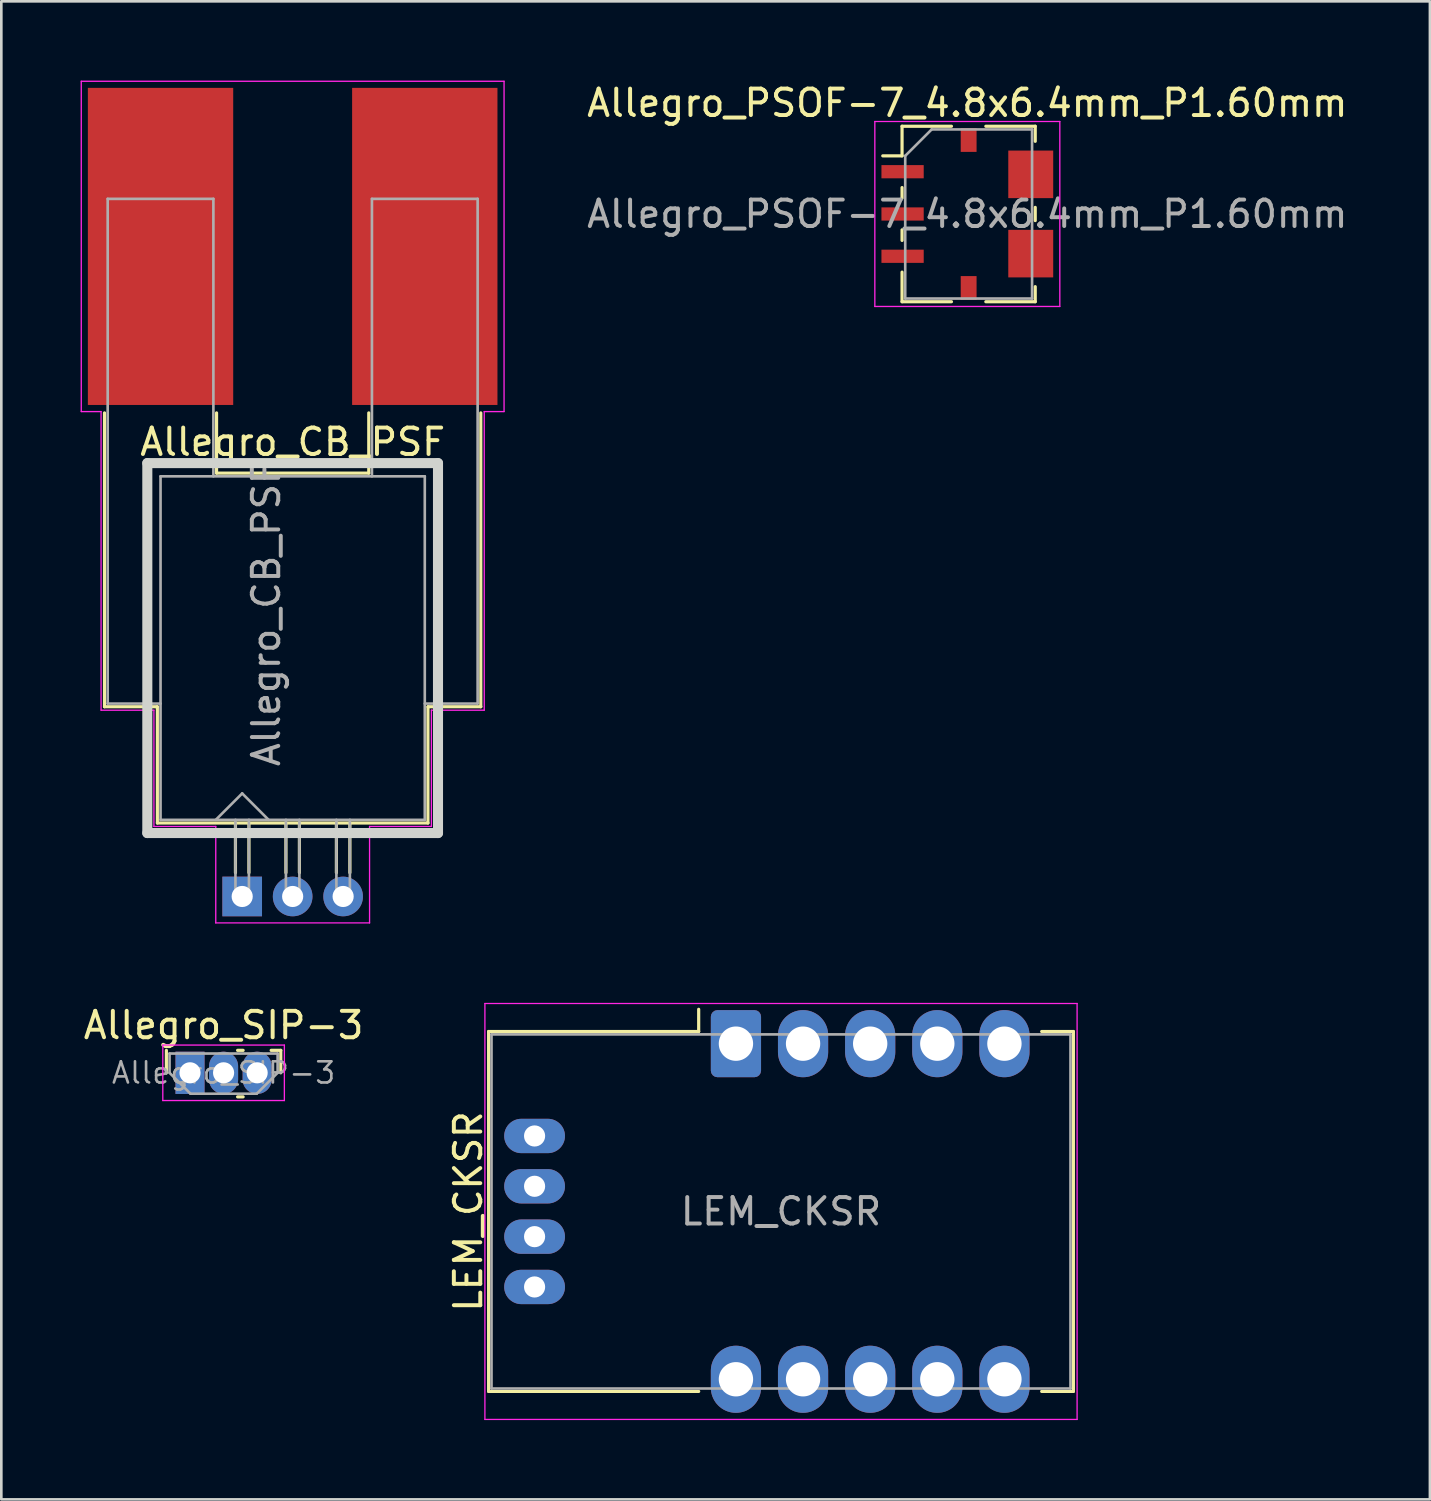
<source format=kicad_pcb>
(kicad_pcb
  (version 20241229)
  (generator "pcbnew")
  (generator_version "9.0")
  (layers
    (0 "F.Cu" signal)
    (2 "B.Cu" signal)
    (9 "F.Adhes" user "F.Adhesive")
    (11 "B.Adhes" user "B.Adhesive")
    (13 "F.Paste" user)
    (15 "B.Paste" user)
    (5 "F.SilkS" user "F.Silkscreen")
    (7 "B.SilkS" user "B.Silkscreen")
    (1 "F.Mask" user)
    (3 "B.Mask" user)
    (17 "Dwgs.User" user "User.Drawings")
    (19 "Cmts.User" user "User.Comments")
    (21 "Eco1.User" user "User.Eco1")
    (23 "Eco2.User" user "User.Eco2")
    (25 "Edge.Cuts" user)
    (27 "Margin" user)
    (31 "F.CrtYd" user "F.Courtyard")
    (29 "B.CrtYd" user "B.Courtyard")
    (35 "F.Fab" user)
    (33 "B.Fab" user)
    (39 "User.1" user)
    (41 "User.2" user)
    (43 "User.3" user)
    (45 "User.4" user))
  (footprint "LEM_CKSR"
    (layer "F.Cu")
    (at 24.8 36.445)
    (property "Reference" "LEM_CKSR" (at -10.13 6.35 270) (layer "F.SilkS") (effects (font (size 1 1) (thickness 0.15))))
    (attr through_hole)
    (fp_line (start -9.36 -0.46) (end -9.36 13.16) (stroke (width 0.12) (type solid)) (layer "F.SilkS"))
    (fp_line (start -9.36 -0.46) (end -1.41 -0.46) (stroke (width 0.12) (type solid)) (layer "F.SilkS"))
    (fp_line (start -9.36 13.16) (end -1.41 13.16) (stroke (width 0.12) (type solid)) (layer "F.SilkS"))
    (fp_line (start -1.41 -0.46) (end -1.41 -1.3) (stroke (width 0.12) (type solid)) (layer "F.SilkS"))
    (fp_line (start 12.77 -0.46) (end 11.57 -0.46) (stroke (width 0.12) (type solid)) (layer "F.SilkS"))
    (fp_line (start 12.77 -0.46) (end 12.77 13.16) (stroke (width 0.12) (type solid)) (layer "F.SilkS"))
    (fp_line (start 12.77 13.16) (end 11.57 13.16) (stroke (width 0.12) (type solid)) (layer "F.SilkS"))
    (fp_line (start -9.5 -1.52) (end 12.91 -1.52) (stroke (width 0.05) (type solid)) (layer "F.CrtYd"))
    (fp_line (start -9.5 14.22) (end -9.5 -1.52) (stroke (width 0.05) (type solid)) (layer "F.CrtYd"))
    (fp_line (start 12.91 -1.52) (end 12.91 14.22) (stroke (width 0.05) (type solid)) (layer "F.CrtYd"))
    (fp_line (start 12.91 14.22) (end -9.5 14.22) (stroke (width 0.05) (type solid)) (layer "F.CrtYd"))
    (fp_line (start -9.25 -0.35) (end -9.25 13.05) (stroke (width 0.1) (type solid)) (layer "F.Fab"))
    (fp_line (start -0.5 -0.35) (end 0 0.21) (stroke (width 0.1) (type solid)) (layer "F.Fab"))
    (fp_line (start 0 0.21) (end 0.5 -0.35) (stroke (width 0.1) (type solid)) (layer "F.Fab"))
    (fp_line (start 12.66 -0.35) (end -9.25 -0.35) (stroke (width 0.1) (type solid)) (layer "F.Fab"))
    (fp_line (start 12.66 13.05) (end -9.25 13.05) (stroke (width 0.1) (type solid)) (layer "F.Fab"))
    (fp_line (start 12.66 13.05) (end 12.66 -0.35) (stroke (width 0.1) (type solid)) (layer "F.Fab"))
    (fp_text user "${REFERENCE}" (at 1.705 6.35 180) (layer "F.Fab") (effects (font (size 1 1) (thickness 0.15))))
    (pad "1" thru_hole roundrect (at 0 0 180) (size 1.9 2.54) (drill 1.3) (layers "*.Cu" "*.Mask") (roundrect_rratio 0.132))
    (pad "2" thru_hole oval (at 2.54 0 180) (size 1.9 2.54) (drill 1.3) (layers "*.Cu" "*.Mask"))
    (pad "3" thru_hole oval (at 5.08 0 180) (size 1.9 2.54) (drill 1.3) (layers "*.Cu" "*.Mask"))
    (pad "4" thru_hole oval (at 7.62 0 180) (size 1.9 2.54) (drill 1.3) (layers "*.Cu" "*.Mask"))
    (pad "5" thru_hole oval (at 10.16 0 180) (size 1.9 2.54) (drill 1.3) (layers "*.Cu" "*.Mask"))
    (pad "6" thru_hole oval (at 10.16 12.7 180) (size 1.9 2.54) (drill 1.3) (layers "*.Cu" "*.Mask"))
    (pad "7" thru_hole oval (at 7.62 12.7 180) (size 1.9 2.54) (drill 1.3) (layers "*.Cu" "*.Mask"))
    (pad "8" thru_hole oval (at 5.08 12.7 180) (size 1.9 2.54) (drill 1.3) (layers "*.Cu" "*.Mask"))
    (pad "9" thru_hole oval (at 2.54 12.7 180) (size 1.9 2.54) (drill 1.3) (layers "*.Cu" "*.Mask"))
    (pad "10" thru_hole oval (at 0 12.7 180) (size 1.9 2.54) (drill 1.3) (layers "*.Cu" "*.Mask"))
    (pad "11" thru_hole oval (at -7.62 9.207 180) (size 2.3 1.3) (drill 0.8) (layers "*.Cu" "*.Mask"))
    (pad "12" thru_hole oval (at -7.62 7.303 180) (size 2.3 1.3) (drill 0.8) (layers "*.Cu" "*.Mask"))
    (pad "13" thru_hole oval (at -7.62 5.397 180) (size 2.3 1.3) (drill 0.8) (layers "*.Cu" "*.Mask"))
    (pad "14" thru_hole oval (at -7.62 3.493 180) (size 2.3 1.3) (drill 0.8) (layers "*.Cu" "*.Mask")))
  (footprint "Allegro_CB_PSF"
    (layer "F.Cu")
    (at 6.115 30.875)
    (property "Reference" "Allegro_CB_PSF" (at 1.91 -17.2 0) (layer "F.SilkS") (effects (font (size 1 1) (thickness 0.15))))
    (attr through_hole)
    (fp_line (start -5.21 -7.18) (end -5.21 -18.3) (stroke (width 0.12) (type solid)) (layer "F.SilkS"))
    (fp_line (start -3.21 -7.18) (end -5.21 -7.18) (stroke (width 0.12) (type solid)) (layer "F.SilkS"))
    (fp_line (start -3.21 -2.78) (end -3.21 -7.18) (stroke (width 0.12) (type solid)) (layer "F.SilkS"))
    (fp_line (start -0.97 -16.02) (end -0.97 -18.3) (stroke (width 0.12) (type solid)) (layer "F.SilkS"))
    (fp_line (start -0.97 -16.02) (end 4.79 -16.02) (stroke (width 0.12) (type solid)) (layer "F.SilkS"))
    (fp_line (start -0.255 -2.78) (end -0.255 -0.9) (stroke (width 0.12) (type solid)) (layer "F.SilkS"))
    (fp_line (start 0.255 -2.78) (end 0.255 -0.9) (stroke (width 0.12) (type solid)) (layer "F.SilkS"))
    (fp_line (start 1.655 -2.78) (end 1.655 -0.9) (stroke (width 0.12) (type solid)) (layer "F.SilkS"))
    (fp_line (start 2.165 -2.78) (end 2.165 -0.9) (stroke (width 0.12) (type solid)) (layer "F.SilkS"))
    (fp_line (start 3.565 -2.78) (end 3.565 -0.9) (stroke (width 0.12) (type solid)) (layer "F.SilkS"))
    (fp_line (start 4.075 -2.78) (end 4.075 -0.9) (stroke (width 0.12) (type solid)) (layer "F.SilkS"))
    (fp_line (start 4.79 -16.02) (end 4.79 -18.3) (stroke (width 0.12) (type solid)) (layer "F.SilkS"))
    (fp_line (start 7.03 -7.18) (end 9.03 -7.18) (stroke (width 0.12) (type solid)) (layer "F.SilkS"))
    (fp_line (start 7.03 -2.78) (end -3.21 -2.78) (stroke (width 0.12) (type solid)) (layer "F.SilkS"))
    (fp_line (start 7.03 -2.78) (end 7.03 -7.18) (stroke (width 0.12) (type solid)) (layer "F.SilkS"))
    (fp_line (start 9.03 -7.18) (end 9.03 -18.3) (stroke (width 0.12) (type solid)) (layer "F.SilkS"))
    (fp_line (start -3.59 -16.4) (end 7.41 -16.4) (stroke (width 0.381) (type solid)) (layer "Edge.Cuts"))
    (fp_line (start -3.59 -2.4) (end -3.59 -16.4) (stroke (width 0.381) (type solid)) (layer "Edge.Cuts"))
    (fp_line (start 7.41 -16.4) (end 7.41 -2.4) (stroke (width 0.381) (type solid)) (layer "Edge.Cuts"))
    (fp_line (start 7.41 -2.4) (end -3.59 -2.4) (stroke (width 0.381) (type solid)) (layer "Edge.Cuts"))
    (fp_line (start -6.09 -30.85) (end 9.91 -30.85) (stroke (width 0.05) (type solid)) (layer "F.CrtYd"))
    (fp_line (start -6.09 -18.35) (end -6.09 -30.85) (stroke (width 0.05) (type solid)) (layer "F.CrtYd"))
    (fp_line (start -6.09 -18.35) (end -5.34 -18.35) (stroke (width 0.05) (type solid)) (layer "F.CrtYd"))
    (fp_line (start -5.34 -7.05) (end -5.34 -18.35) (stroke (width 0.05) (type solid)) (layer "F.CrtYd"))
    (fp_line (start -3.34 -7.05) (end -5.34 -7.05) (stroke (width 0.05) (type solid)) (layer "F.CrtYd"))
    (fp_line (start -3.34 -7.05) (end -3.34 -2.65) (stroke (width 0.05) (type solid)) (layer "F.CrtYd"))
    (fp_line (start -1 -2.65) (end -3.34 -2.65) (stroke (width 0.05) (type solid)) (layer "F.CrtYd"))
    (fp_line (start -1 -2.65) (end -1 1) (stroke (width 0.05) (type solid)) (layer "F.CrtYd"))
    (fp_line (start 4.82 -2.65) (end 4.82 1) (stroke (width 0.05) (type solid)) (layer "F.CrtYd"))
    (fp_line (start 4.82 -2.65) (end 7.16 -2.65) (stroke (width 0.05) (type solid)) (layer "F.CrtYd"))
    (fp_line (start 4.82 1) (end -1 1) (stroke (width 0.05) (type solid)) (layer "F.CrtYd"))
    (fp_line (start 7.16 -7.05) (end 7.16 -2.65) (stroke (width 0.05) (type solid)) (layer "F.CrtYd"))
    (fp_line (start 7.16 -7.05) (end 9.16 -7.05) (stroke (width 0.05) (type solid)) (layer "F.CrtYd"))
    (fp_line (start 9.16 -18.35) (end 9.91 -18.35) (stroke (width 0.05) (type solid)) (layer "F.CrtYd"))
    (fp_line (start 9.16 -7.05) (end 9.16 -18.35) (stroke (width 0.05) (type solid)) (layer "F.CrtYd"))
    (fp_line (start 9.91 -30.85) (end 9.91 -18.35) (stroke (width 0.05) (type solid)) (layer "F.CrtYd"))
    (fp_line (start -5.09 -26.4) (end -1.09 -26.4) (stroke (width 0.1) (type solid)) (layer "F.Fab"))
    (fp_line (start -5.09 -7.3) (end -5.09 -26.4) (stroke (width 0.1) (type solid)) (layer "F.Fab"))
    (fp_line (start -5.09 -7.3) (end -3.09 -7.3) (stroke (width 0.1) (type solid)) (layer "F.Fab"))
    (fp_line (start -3.09 -15.9) (end -3.09 -2.9) (stroke (width 0.1) (type solid)) (layer "F.Fab"))
    (fp_line (start -3.09 -15.9) (end 6.91 -15.9) (stroke (width 0.1) (type solid)) (layer "F.Fab"))
    (fp_line (start -1.09 -15.9) (end -1.09 -26.4) (stroke (width 0.1) (type solid)) (layer "F.Fab"))
    (fp_line (start -0.255 -2.9) (end -0.255 0.19) (stroke (width 0.1) (type solid)) (layer "F.Fab"))
    (fp_line (start 0 -3.9) (end -1 -2.9) (stroke (width 0.1) (type solid)) (layer "F.Fab"))
    (fp_line (start 0 -3.9) (end 1 -2.9) (stroke (width 0.1) (type solid)) (layer "F.Fab"))
    (fp_line (start 0.255 -2.9) (end 0.255 0.19) (stroke (width 0.1) (type solid)) (layer "F.Fab"))
    (fp_line (start 1.655 -2.9) (end 1.655 0.19) (stroke (width 0.1) (type solid)) (layer "F.Fab"))
    (fp_line (start 2.165 -2.9) (end 2.165 0.19) (stroke (width 0.1) (type solid)) (layer "F.Fab"))
    (fp_line (start 3.565 -2.9) (end 3.565 0.19) (stroke (width 0.1) (type solid)) (layer "F.Fab"))
    (fp_line (start 4.075 -2.9) (end 4.075 0.19) (stroke (width 0.1) (type solid)) (layer "F.Fab"))
    (fp_line (start 4.91 -15.9) (end 4.91 -26.4) (stroke (width 0.1) (type solid)) (layer "F.Fab"))
    (fp_line (start 6.91 -15.9) (end 6.91 -2.9) (stroke (width 0.1) (type solid)) (layer "F.Fab"))
    (fp_line (start 6.91 -7.3) (end 8.91 -7.3) (stroke (width 0.1) (type solid)) (layer "F.Fab"))
    (fp_line (start 6.91 -2.9) (end -3.09 -2.9) (stroke (width 0.1) (type solid)) (layer "F.Fab"))
    (fp_line (start 8.91 -26.4) (end 4.91 -26.4) (stroke (width 0.1) (type solid)) (layer "F.Fab"))
    (fp_line (start 8.91 -7.3) (end 8.91 -26.4) (stroke (width 0.1) (type solid)) (layer "F.Fab"))
    (fp_text user "${REFERENCE}" (at 0.91 -10.7 90) (layer "F.Fab") (effects (font (size 1 1) (thickness 0.15))))
    (pad "1" thru_hole rect (at 0 0) (size 1.5 1.5) (drill 0.8) (layers "*.Cu" "*.Mask"))
    (pad "2" thru_hole circle (at 1.91 0) (size 1.5 1.5) (drill 0.8) (layers "*.Cu" "*.Mask"))
    (pad "3" thru_hole circle (at 3.82 0) (size 1.5 1.5) (drill 0.8) (layers "*.Cu" "*.Mask"))
    (pad "4" smd rect (at 6.91 -24.6) (size 5.5 12) (layers "F.Cu" "F.Mask" "F.Paste"))
    (pad "5" smd rect (at -3.09 -24.6) (size 5.5 12) (layers "F.Cu" "F.Mask" "F.Paste")))
  (footprint "Allegro_PSOF-7_4.8x6.4mm_P1.60mm"
    (layer "F.Cu")
    (at 33.556 5.048)
    (property "Reference" "Allegro_PSOF-7_4.8x6.4mm_P1.60mm" (at 0 -4.2 0) (layer "F.SilkS") (effects (font (size 1 1) (thickness 0.15))))
    (attr smd)
    (fp_line (start -2.47 -3.32) (end -2.47 -2.2) (stroke (width 0.12) (type solid)) (layer "F.SilkS"))
    (fp_line (start -2.47 -2.2) (end -3.2 -2.2) (stroke (width 0.12) (type solid)) (layer "F.SilkS"))
    (fp_line (start -2.47 -0.6) (end -2.47 -1) (stroke (width 0.12) (type solid)) (layer "F.SilkS"))
    (fp_line (start -2.47 0.6) (end -2.47 1) (stroke (width 0.12) (type solid)) (layer "F.SilkS"))
    (fp_line (start -2.47 3.32) (end -2.47 2.2) (stroke (width 0.12) (type solid)) (layer "F.SilkS"))
    (fp_line (start -0.6 -3.32) (end -2.47 -3.32) (stroke (width 0.12) (type solid)) (layer "F.SilkS"))
    (fp_line (start -0.6 3.32) (end -2.47 3.32) (stroke (width 0.12) (type solid)) (layer "F.SilkS"))
    (fp_line (start 2.57 -3.32) (end 0.7 -3.32) (stroke (width 0.12) (type solid)) (layer "F.SilkS"))
    (fp_line (start 2.57 -3.32) (end 2.57 -2.75) (stroke (width 0.12) (type solid)) (layer "F.SilkS"))
    (fp_line (start 2.57 0.25) (end 2.57 -0.25) (stroke (width 0.12) (type solid)) (layer "F.SilkS"))
    (fp_line (start 2.57 3.32) (end 0.7 3.32) (stroke (width 0.12) (type solid)) (layer "F.SilkS"))
    (fp_line (start 2.57 3.32) (end 2.57 2.75) (stroke (width 0.12) (type solid)) (layer "F.SilkS"))
    (fp_line (start -3.5 -3.5) (end 3.5 -3.5) (stroke (width 0.05) (type solid)) (layer "F.CrtYd"))
    (fp_line (start -3.5 3.5) (end -3.5 -3.5) (stroke (width 0.05) (type solid)) (layer "F.CrtYd"))
    (fp_line (start 3.5 -3.5) (end 3.5 3.5) (stroke (width 0.05) (type solid)) (layer "F.CrtYd"))
    (fp_line (start 3.5 3.5) (end -3.5 3.5) (stroke (width 0.05) (type solid)) (layer "F.CrtYd"))
    (fp_line (start -2.35 3.2) (end -2.35 -2.2) (stroke (width 0.1) (type solid)) (layer "F.Fab"))
    (fp_line (start -1.35 -3.2) (end -2.35 -2.2) (stroke (width 0.1) (type solid)) (layer "F.Fab"))
    (fp_line (start -1.35 -3.2) (end 2.45 -3.2) (stroke (width 0.1) (type solid)) (layer "F.Fab"))
    (fp_line (start 2.45 -3.2) (end 2.45 3.2) (stroke (width 0.1) (type solid)) (layer "F.Fab"))
    (fp_line (start 2.45 3.2) (end -2.35 3.2) (stroke (width 0.1) (type solid)) (layer "F.Fab"))
    (fp_text user "${REFERENCE}" (at 0 0 0) (layer "F.Fab") (effects (font (size 1 1) (thickness 0.15))))
    (pad "1" smd rect (at -2.45 -1.6) (size 1.6 0.5) (layers "F.Cu" "F.Mask" "F.Paste"))
    (pad "2" smd rect (at -2.45 0) (size 1.6 0.5) (layers "F.Cu" "F.Mask" "F.Paste"))
    (pad "3" smd rect (at -2.45 1.6) (size 1.6 0.5) (layers "F.Cu" "F.Mask" "F.Paste"))
    (pad "4" smd rect (at 0.05 2.8) (size 0.6 0.9) (layers "F.Cu" "F.Mask" "F.Paste"))
    (pad "5" smd rect (at 2.4 1.5) (size 1.7 1.8) (layers "F.Cu" "F.Mask" "F.Paste"))
    (pad "6" smd rect (at 2.4 -1.5) (size 1.7 1.8) (layers "F.Cu" "F.Mask" "F.Paste"))
    (pad "7" smd rect (at 0.05 -2.8) (size 0.6 0.9) (layers "F.Cu" "F.Mask" "F.Paste")))
  (footprint "Allegro_SIP-3"
    (layer "F.Cu")
    (at 4.141 37.548)
    (property "Reference" "Allegro_SIP-3" (at 1.27 -1.8 0) (layer "F.SilkS") (effects (font (size 1 1) (thickness 0.15))))
    (attr through_hole)
    (fp_line (start -0.895 0) (end -0.895 -0.85) (stroke (width 0.12) (type solid)) (layer "F.SilkS"))
    (fp_line (start 2.01 -0.85) (end 1.8 -0.85) (stroke (width 0.12) (type solid)) (layer "F.SilkS"))
    (fp_line (start 2.01 0.91) (end 1.8 0.91) (stroke (width 0.12) (type solid)) (layer "F.SilkS"))
    (fp_line (start 3.435 -0.85) (end 3.07 -0.85) (stroke (width 0.12) (type solid)) (layer "F.SilkS"))
    (fp_line (start 3.435 -0.85) (end 3.435 0) (stroke (width 0.12) (type solid)) (layer "F.SilkS"))
    (fp_line (start -1.03 -1.05) (end -1.03 1.05) (stroke (width 0.05) (type solid)) (layer "F.CrtYd"))
    (fp_line (start -1.03 1.05) (end 3.57 1.05) (stroke (width 0.05) (type solid)) (layer "F.CrtYd"))
    (fp_line (start 3.57 -1.05) (end -1.03 -1.05) (stroke (width 0.05) (type solid)) (layer "F.CrtYd"))
    (fp_line (start 3.57 1.05) (end 3.57 -1.05) (stroke (width 0.05) (type solid)) (layer "F.CrtYd"))
    (fp_line (start -0.775 -0.73) (end 3.315 -0.73) (stroke (width 0.1) (type solid)) (layer "F.Fab"))
    (fp_line (start -0.775 0) (end -0.775 -0.73) (stroke (width 0.1) (type solid)) (layer "F.Fab"))
    (fp_line (start -0.775 0) (end 0.015 0.79) (stroke (width 0.1) (type solid)) (layer "F.Fab"))
    (fp_line (start 2.525 0.79) (end 0.015 0.79) (stroke (width 0.1) (type solid)) (layer "F.Fab"))
    (fp_line (start 3.315 -0.73) (end 3.315 0) (stroke (width 0.1) (type solid)) (layer "F.Fab"))
    (fp_line (start 3.315 0) (end 2.525 0.79) (stroke (width 0.1) (type solid)) (layer "F.Fab"))
    (fp_text user "${REFERENCE}" (at 1.27 0 0) (layer "F.Fab") (effects (font (size 0.8 0.8) (thickness 0.1))))
    (pad "1" thru_hole rect (at 0 0) (size 1.1 1.6) (drill 0.8) (layers "*.Cu" "*.Mask"))
    (pad "2" thru_hole oval (at 1.27 0) (size 1.1 1.6) (drill 0.8) (layers "*.Cu" "*.Mask"))
    (pad "3" thru_hole oval (at 2.54 0) (size 1.1 1.6) (drill 0.8) (layers "*.Cu" "*.Mask")))
  (gr_rect
    (start -3 -3)
    (end 51.062 53.69)
    (stroke (width 0.1) (type default))
    (fill no)
    (layer "Edge.Cuts")))
</source>
